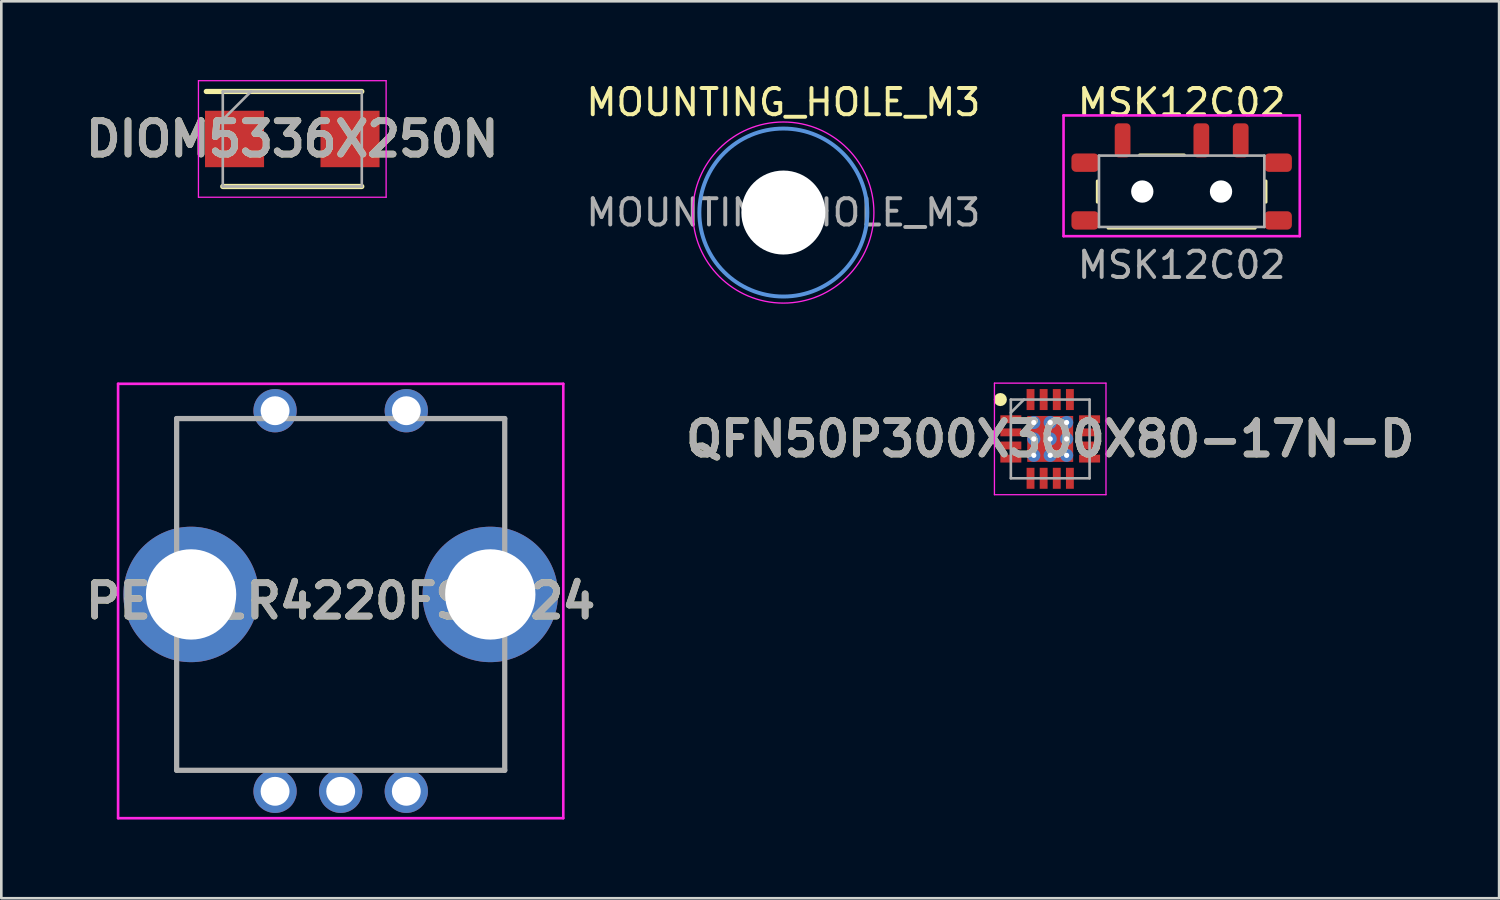
<source format=kicad_pcb>
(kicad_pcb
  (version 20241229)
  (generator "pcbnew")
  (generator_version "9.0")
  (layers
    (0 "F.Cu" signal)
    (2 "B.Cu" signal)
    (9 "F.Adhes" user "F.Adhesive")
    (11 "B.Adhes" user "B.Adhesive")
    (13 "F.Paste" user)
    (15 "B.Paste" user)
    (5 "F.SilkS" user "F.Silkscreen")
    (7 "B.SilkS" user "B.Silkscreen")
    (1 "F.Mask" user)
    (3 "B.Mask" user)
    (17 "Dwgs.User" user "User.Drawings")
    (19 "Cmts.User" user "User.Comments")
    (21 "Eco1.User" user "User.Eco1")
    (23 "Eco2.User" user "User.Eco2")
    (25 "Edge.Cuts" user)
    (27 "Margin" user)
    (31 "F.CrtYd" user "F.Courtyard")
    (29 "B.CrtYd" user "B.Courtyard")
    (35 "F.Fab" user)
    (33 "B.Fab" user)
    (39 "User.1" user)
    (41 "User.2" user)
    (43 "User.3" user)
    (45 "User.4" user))
  (footprint "PEC11R4220FS0024"
    (layer "F.Cu")
    (at 7.43 12.598)
    (property "Reference" "PEC11R4220FS0024" (at 2.5 7.25 0) (layer "F.SilkS") (effects (font (size 1.27 1.27) (thickness 0.254))))
    (attr through_hole)
    (fp_line (start -3.75 0.3) (end -1.5 0.3) (stroke (width 0.1) (type solid)) (layer "F.SilkS"))
    (fp_line (start -3.75 4) (end -3.75 0.3) (stroke (width 0.1) (type solid)) (layer "F.SilkS"))
    (fp_line (start -3.75 10) (end -3.75 13.7) (stroke (width 0.1) (type solid)) (layer "F.SilkS"))
    (fp_line (start -3.75 13.7) (end -1.5 13.7) (stroke (width 0.1) (type solid)) (layer "F.SilkS"))
    (fp_line (start 6.5 0.3) (end 8.75 0.3) (stroke (width 0.1) (type solid)) (layer "F.SilkS"))
    (fp_line (start 6.5 13.7) (end 8.75 13.7) (stroke (width 0.1) (type solid)) (layer "F.SilkS"))
    (fp_line (start 8.75 0.3) (end 8.75 4) (stroke (width 0.1) (type solid)) (layer "F.SilkS"))
    (fp_line (start 8.75 13.7) (end 8.75 10) (stroke (width 0.1) (type solid)) (layer "F.SilkS"))
    (fp_line (start -5.981 -1.025) (end 10.981 -1.025) (stroke (width 0.1) (type solid)) (layer "F.CrtYd"))
    (fp_line (start -5.981 15.525) (end -5.981 -1.025) (stroke (width 0.1) (type solid)) (layer "F.CrtYd"))
    (fp_line (start 10.981 -1.025) (end 10.981 15.525) (stroke (width 0.1) (type solid)) (layer "F.CrtYd"))
    (fp_line (start 10.981 15.525) (end -5.981 15.525) (stroke (width 0.1) (type solid)) (layer "F.CrtYd"))
    (fp_line (start -3.75 0.3) (end 8.75 0.3) (stroke (width 0.2) (type solid)) (layer "F.Fab"))
    (fp_line (start -3.75 13.7) (end -3.75 0.3) (stroke (width 0.2) (type solid)) (layer "F.Fab"))
    (fp_line (start 8.75 0.3) (end 8.75 13.7) (stroke (width 0.2) (type solid)) (layer "F.Fab"))
    (fp_line (start 8.75 13.7) (end -3.75 13.7) (stroke (width 0.2) (type solid)) (layer "F.Fab"))
    (fp_text user "${REFERENCE}" (at 2.5 7.25 0) (layer "F.Fab") (effects (font (size 1.27 1.27) (thickness 0.254))))
    (pad "1" thru_hole circle (at 0 0) (size 1.65 1.65) (drill 1.1) (layers "*.Cu" "*.Mask"))
    (pad "2" thru_hole circle (at 5 0) (size 1.65 1.65) (drill 1.1) (layers "*.Cu" "*.Mask"))
    (pad "A1" thru_hole circle (at 0 14.5) (size 1.65 1.65) (drill 1.1) (layers "*.Cu" "*.Mask"))
    (pad "B1" thru_hole circle (at 5 14.5) (size 1.65 1.65) (drill 1.1) (layers "*.Cu" "*.Mask"))
    (pad "C1" thru_hole circle (at 2.5 14.5) (size 1.65 1.65) (drill 1.1) (layers "*.Cu" "*.Mask"))
    (pad "MH1" thru_hole circle (at -3.2 7) (size 5.161 5.161) (drill 3.441) (layers "*.Cu" "*.Mask"))
    (pad "MH2" thru_hole circle (at 8.2 7) (size 5.161 5.161) (drill 3.441) (layers "*.Cu" "*.Mask")))
  (footprint "DIOM5336X250N"
    (layer "F.Cu")
    (at 8.086 2.245)
    (property "Reference" "DIOM5336X250N" (at 0 0 0) (layer "F.SilkS") (effects (font (size 1.27 1.27) (thickness 0.254))))
    (attr smd)
    (fp_line (start -2.648 1.81) (end 2.648 1.81) (stroke (width 0.2) (type solid)) (layer "F.SilkS"))
    (fp_line (start 2.648 -1.81) (end -3.275 -1.81) (stroke (width 0.2) (type solid)) (layer "F.SilkS"))
    (fp_line (start -3.575 -2.22) (end 3.575 -2.22) (stroke (width 0.05) (type solid)) (layer "F.CrtYd"))
    (fp_line (start -3.575 2.22) (end -3.575 -2.22) (stroke (width 0.05) (type solid)) (layer "F.CrtYd"))
    (fp_line (start 3.575 -2.22) (end 3.575 2.22) (stroke (width 0.05) (type solid)) (layer "F.CrtYd"))
    (fp_line (start 3.575 2.22) (end -3.575 2.22) (stroke (width 0.05) (type solid)) (layer "F.CrtYd"))
    (fp_line (start -2.648 -1.81) (end 2.648 -1.81) (stroke (width 0.1) (type solid)) (layer "F.Fab"))
    (fp_line (start -2.648 -0.735) (end -1.572 -1.81) (stroke (width 0.1) (type solid)) (layer "F.Fab"))
    (fp_line (start -2.648 1.81) (end -2.648 -1.81) (stroke (width 0.1) (type solid)) (layer "F.Fab"))
    (fp_line (start 2.648 -1.81) (end 2.648 1.81) (stroke (width 0.1) (type solid)) (layer "F.Fab"))
    (fp_line (start 2.648 1.81) (end -2.648 1.81) (stroke (width 0.1) (type solid)) (layer "F.Fab"))
    (fp_text user "${REFERENCE}" (at 0 0 0) (layer "F.Fab") (effects (font (size 1.27 1.27) (thickness 0.254))))
    (pad "1" smd rect (at -2.2 0 90) (size 2.15 2.25) (layers "F.Cu" "F.Mask" "F.Paste"))
    (pad "2" smd rect (at 2.2 0 90) (size 2.15 2.25) (layers "F.Cu" "F.Mask" "F.Paste")))
  (footprint "QFN50P300X300X80-17N-D"
    (layer "F.Cu")
    (at 36.963 13.673)
    (property "Reference" "QFN50P300X300X80-17N-D" (at 0 0 0) (layer "F.SilkS") (effects (font (size 1.27 1.27) (thickness 0.254))))
    (attr smd)
    (fp_circle (center -1.9 -1.5) (end -1.9 -1.375) (stroke (width 0.25) (type solid)) (fill no) (layer "F.SilkS"))
    (fp_line (start -2.125 -2.125) (end 2.125 -2.125) (stroke (width 0.05) (type solid)) (layer "F.CrtYd"))
    (fp_line (start -2.125 2.125) (end -2.125 -2.125) (stroke (width 0.05) (type solid)) (layer "F.CrtYd"))
    (fp_line (start 2.125 -2.125) (end 2.125 2.125) (stroke (width 0.05) (type solid)) (layer "F.CrtYd"))
    (fp_line (start 2.125 2.125) (end -2.125 2.125) (stroke (width 0.05) (type solid)) (layer "F.CrtYd"))
    (fp_line (start -1.5 -1.5) (end 1.5 -1.5) (stroke (width 0.1) (type solid)) (layer "F.Fab"))
    (fp_line (start -1.5 -1) (end -1 -1.5) (stroke (width 0.1) (type solid)) (layer "F.Fab"))
    (fp_line (start -1.5 1.5) (end -1.5 -1.5) (stroke (width 0.1) (type solid)) (layer "F.Fab"))
    (fp_line (start 1.5 -1.5) (end 1.5 1.5) (stroke (width 0.1) (type solid)) (layer "F.Fab"))
    (fp_line (start 1.5 1.5) (end -1.5 1.5) (stroke (width 0.1) (type solid)) (layer "F.Fab"))
    (fp_text user "${REFERENCE}" (at 0 0 0) (layer "F.Fab") (effects (font (size 1.27 1.27) (thickness 0.254))))
    (pad "1" smd rect (at -1.5 -0.75 90) (size 0.3 0.8) (layers "F.Cu" "F.Mask" "F.Paste"))
    (pad "2" smd rect (at -1.5 -0.25 90) (size 0.3 0.8) (layers "F.Cu" "F.Mask" "F.Paste"))
    (pad "3" smd rect (at -1.5 0.25 90) (size 0.3 0.8) (layers "F.Cu" "F.Mask" "F.Paste"))
    (pad "4" smd rect (at -1.5 0.75 90) (size 0.3 0.8) (layers "F.Cu" "F.Mask" "F.Paste"))
    (pad "5" smd rect (at -0.75 1.5) (size 0.3 0.8) (layers "F.Cu" "F.Mask" "F.Paste"))
    (pad "6" smd rect (at -0.25 1.5) (size 0.3 0.8) (layers "F.Cu" "F.Mask" "F.Paste"))
    (pad "7" smd rect (at 0.25 1.5) (size 0.3 0.8) (layers "F.Cu" "F.Mask" "F.Paste"))
    (pad "8" smd rect (at 0.75 1.5) (size 0.3 0.8) (layers "F.Cu" "F.Mask" "F.Paste"))
    (pad "9" smd rect (at 1.5 0.75 90) (size 0.3 0.8) (layers "F.Cu" "F.Mask" "F.Paste"))
    (pad "10" smd rect (at 1.5 0.25 90) (size 0.3 0.8) (layers "F.Cu" "F.Mask" "F.Paste"))
    (pad "11" smd rect (at 1.5 -0.25 90) (size 0.3 0.8) (layers "F.Cu" "F.Mask" "F.Paste"))
    (pad "12" smd rect (at 1.5 -0.75 90) (size 0.3 0.8) (layers "F.Cu" "F.Mask" "F.Paste"))
    (pad "13" smd rect (at 0.75 -1.5) (size 0.3 0.8) (layers "F.Cu" "F.Mask" "F.Paste"))
    (pad "14" smd rect (at 0.25 -1.5) (size 0.3 0.8) (layers "F.Cu" "F.Mask" "F.Paste"))
    (pad "15" smd rect (at -0.25 -1.5) (size 0.3 0.8) (layers "F.Cu" "F.Mask" "F.Paste"))
    (pad "16" smd rect (at -0.75 -1.5) (size 0.3 0.8) (layers "F.Cu" "F.Mask" "F.Paste"))
    (pad "17" thru_hole circle (at -0.625 -0.625) (size 0.5 0.5) (drill 0.2) (property pad_prop_heatsink) (layers "*.Cu"))
    (pad "17" thru_hole circle (at -0.625 0) (size 0.5 0.5) (drill 0.2) (property pad_prop_heatsink) (layers "*.Cu"))
    (pad "17" thru_hole circle (at -0.625 0.625) (size 0.5 0.5) (drill 0.2) (property pad_prop_heatsink) (layers "*.Cu"))
    (pad "17" thru_hole circle (at 0 -0.625) (size 0.5 0.5) (drill 0.2) (property pad_prop_heatsink) (layers "*.Cu"))
    (pad "17" thru_hole circle (at 0 0) (size 0.5 0.5) (drill 0.2) (property pad_prop_heatsink) (layers "*.Cu"))
    (pad "17" smd rect (at 0 0) (size 1.75 1.75) (layers "F.Cu" "F.Mask" "F.Paste"))
    (pad "17" thru_hole circle (at 0 0.625) (size 0.5 0.5) (drill 0.2) (property pad_prop_heatsink) (layers "*.Cu"))
    (pad "17" thru_hole circle (at 0.625 -0.625) (size 0.5 0.5) (drill 0.2) (property pad_prop_heatsink) (layers "*.Cu"))
    (pad "17" thru_hole circle (at 0.625 0) (size 0.5 0.5) (drill 0.2) (property pad_prop_heatsink) (layers "*.Cu"))
    (pad "17" thru_hole circle (at 0.625 0.625) (size 0.5 0.5) (drill 0.2) (property pad_prop_heatsink) (layers "*.Cu")))
  (footprint "MSK12C02"
    (layer "F.Cu")
    (at 41.971 4.248)
    (property "Reference" "MSK12C02" (at 0 -3.4 0) (layer "F.SilkS") (effects (font (size 1 1) (thickness 0.15))))
    (attr smd)
    (fp_line (start -3.21 -0.4) (end -3.21 0.4) (stroke (width 0.12) (type solid)) (layer "F.SilkS"))
    (fp_line (start 0.1 -1.39) (end -1.6 -1.39) (stroke (width 0.12) (type solid)) (layer "F.SilkS"))
    (fp_line (start 2.8 1.39) (end -2.8 1.39) (stroke (width 0.12) (type solid)) (layer "F.SilkS"))
    (fp_line (start 3.21 0.4) (end 3.21 -0.4) (stroke (width 0.12) (type solid)) (layer "F.SilkS"))
    (fp_line (start -4.5 -2.9) (end 4.5 -2.9) (stroke (width 0.1) (type solid)) (layer "F.CrtYd"))
    (fp_line (start -4.5 1.7) (end -4.5 -2.9) (stroke (width 0.1) (type solid)) (layer "F.CrtYd"))
    (fp_line (start 4.5 -2.9) (end 4.5 1.7) (stroke (width 0.1) (type solid)) (layer "F.CrtYd"))
    (fp_line (start 4.5 1.7) (end -4.5 1.7) (stroke (width 0.1) (type solid)) (layer "F.CrtYd"))
    (fp_line (start -3.15 -1.37) (end -3.15 1.35) (stroke (width 0.1) (type solid)) (layer "F.Fab"))
    (fp_line (start -3.15 1.35) (end 3.15 1.35) (stroke (width 0.1) (type solid)) (layer "F.Fab"))
    (fp_line (start 3.15 -1.37) (end -3.15 -1.37) (stroke (width 0.1) (type solid)) (layer "F.Fab"))
    (fp_line (start 3.15 1.35) (end 3.15 -1.37) (stroke (width 0.1) (type solid)) (layer "F.Fab"))
    (fp_text user "${REFERENCE}" (at 0 2.8 0) (layer "F.Fab") (effects (font (size 1 1) (thickness 0.15))))
    (pad "" np_thru_hole circle (at -1.5 0) (size 0.85 0.85) (drill 0.85) (layers "*.Cu" "*.Mask"))
    (pad "" np_thru_hole circle (at 1.5 0) (size 0.85 0.85) (drill 0.85) (layers "*.Cu" "*.Mask"))
    (pad "1" smd roundrect (at -2.25 -1.95) (size 0.6 1.3) (layers "F.Cu" "F.Mask" "F.Paste") (roundrect_rratio 0.25))
    (pad "2" smd roundrect (at 0.75 -1.95) (size 0.6 1.3) (layers "F.Cu" "F.Mask" "F.Paste") (roundrect_rratio 0.25))
    (pad "3" smd roundrect (at 2.25 -1.95) (size 0.6 1.3) (layers "F.Cu" "F.Mask" "F.Paste") (roundrect_rratio 0.25))
    (pad "MP" smd roundrect (at -3.675 -1.1 90) (size 0.7 1.05) (layers "F.Cu" "F.Mask" "F.Paste") (roundrect_rratio 0.25))
    (pad "MP" smd roundrect (at -3.675 1.1 90) (size 0.7 1.05) (layers "F.Cu" "F.Mask" "F.Paste") (roundrect_rratio 0.25))
    (pad "MP" smd roundrect (at 3.675 -1.1 90) (size 0.7 1.05) (layers "F.Cu" "F.Mask" "F.Paste") (roundrect_rratio 0.25))
    (pad "MP" smd roundrect (at 3.675 1.1 90) (size 0.7 1.05) (layers "F.Cu" "F.Mask" "F.Paste") (roundrect_rratio 0.25)))
  (footprint "MOUNTING_HOLE_M3"
    (layer "F.Cu")
    (at 26.796 5.048)
    (property "Reference" "MOUNTING_HOLE_M3" (at 0 -4.2 0) (layer "F.SilkS") (effects (font (size 1 1) (thickness 0.15))))
    (attr exclude_from_pos_files exclude_from_bom)
    (fp_circle (center 0 0) (end 3.2 0) (stroke (width 0.15) (type solid)) (fill no) (layer "Cmts.User"))
    (fp_circle (center 0 0) (end 3.45 0) (stroke (width 0.05) (type solid)) (fill no) (layer "F.CrtYd"))
    (fp_text user "${REFERENCE}" (at 0 0 0) (layer "F.Fab") (effects (font (size 1 1) (thickness 0.15))))
    (pad "" np_thru_hole circle (at 0 0) (size 3.2 3.2) (drill 3.2) (layers "*.Cu" "*.Mask"))
    (zone (net_name "") (layers "F.Cu" "B.Cu") (hatch edge 0.5) (connect_pads) (min_thickness 0.25) (filled_areas_thickness no) (keepout (tracks not_allowed) (vias not_allowed) (pads not_allowed) (copperpour not_allowed) (footprints not_allowed)) (placement (enabled no)) (fill) (polygon (pts (xy 28.896 5.048) (xy 28.877 4.762) (xy 28.818 4.482) (xy 28.722 4.212) (xy 28.591 3.957) (xy 28.425 3.723) (xy 28.23 3.513) (xy 28.007 3.333) (xy 27.762 3.184) (xy 27.5 3.07) (xy 27.224 2.992) (xy 26.94 2.953) (xy 26.653 2.953) (xy 26.369 2.992) (xy 26.093 3.07) (xy 25.83 3.184) (xy 25.585 3.333) (xy 25.363 3.513) (xy 25.167 3.723) (xy 25.002 3.957) (xy 24.87 4.212) (xy 24.774 4.482) (xy 24.716 4.762) (xy 24.696 5.048) (xy 24.716 5.334) (xy 24.774 5.615) (xy 24.87 5.885) (xy 25.002 6.139) (xy 25.167 6.374) (xy 25.363 6.583) (xy 25.585 6.764) (xy 25.83 6.913) (xy 26.093 7.027) (xy 26.369 7.104) (xy 26.653 7.143) (xy 26.94 7.143) (xy 27.224 7.104) (xy 27.5 7.027) (xy 27.762 6.913) (xy 28.007 6.764) (xy 28.23 6.583) (xy 28.425 6.374) (xy 28.591 6.139) (xy 28.722 5.885) (xy 28.818 5.615) (xy 28.877 5.334)))))
  (gr_rect
    (start -3 -3)
    (end 54.066 31.173)
    (stroke (width 0.1) (type default))
    (fill no)
    (layer "Edge.Cuts")))
</source>
